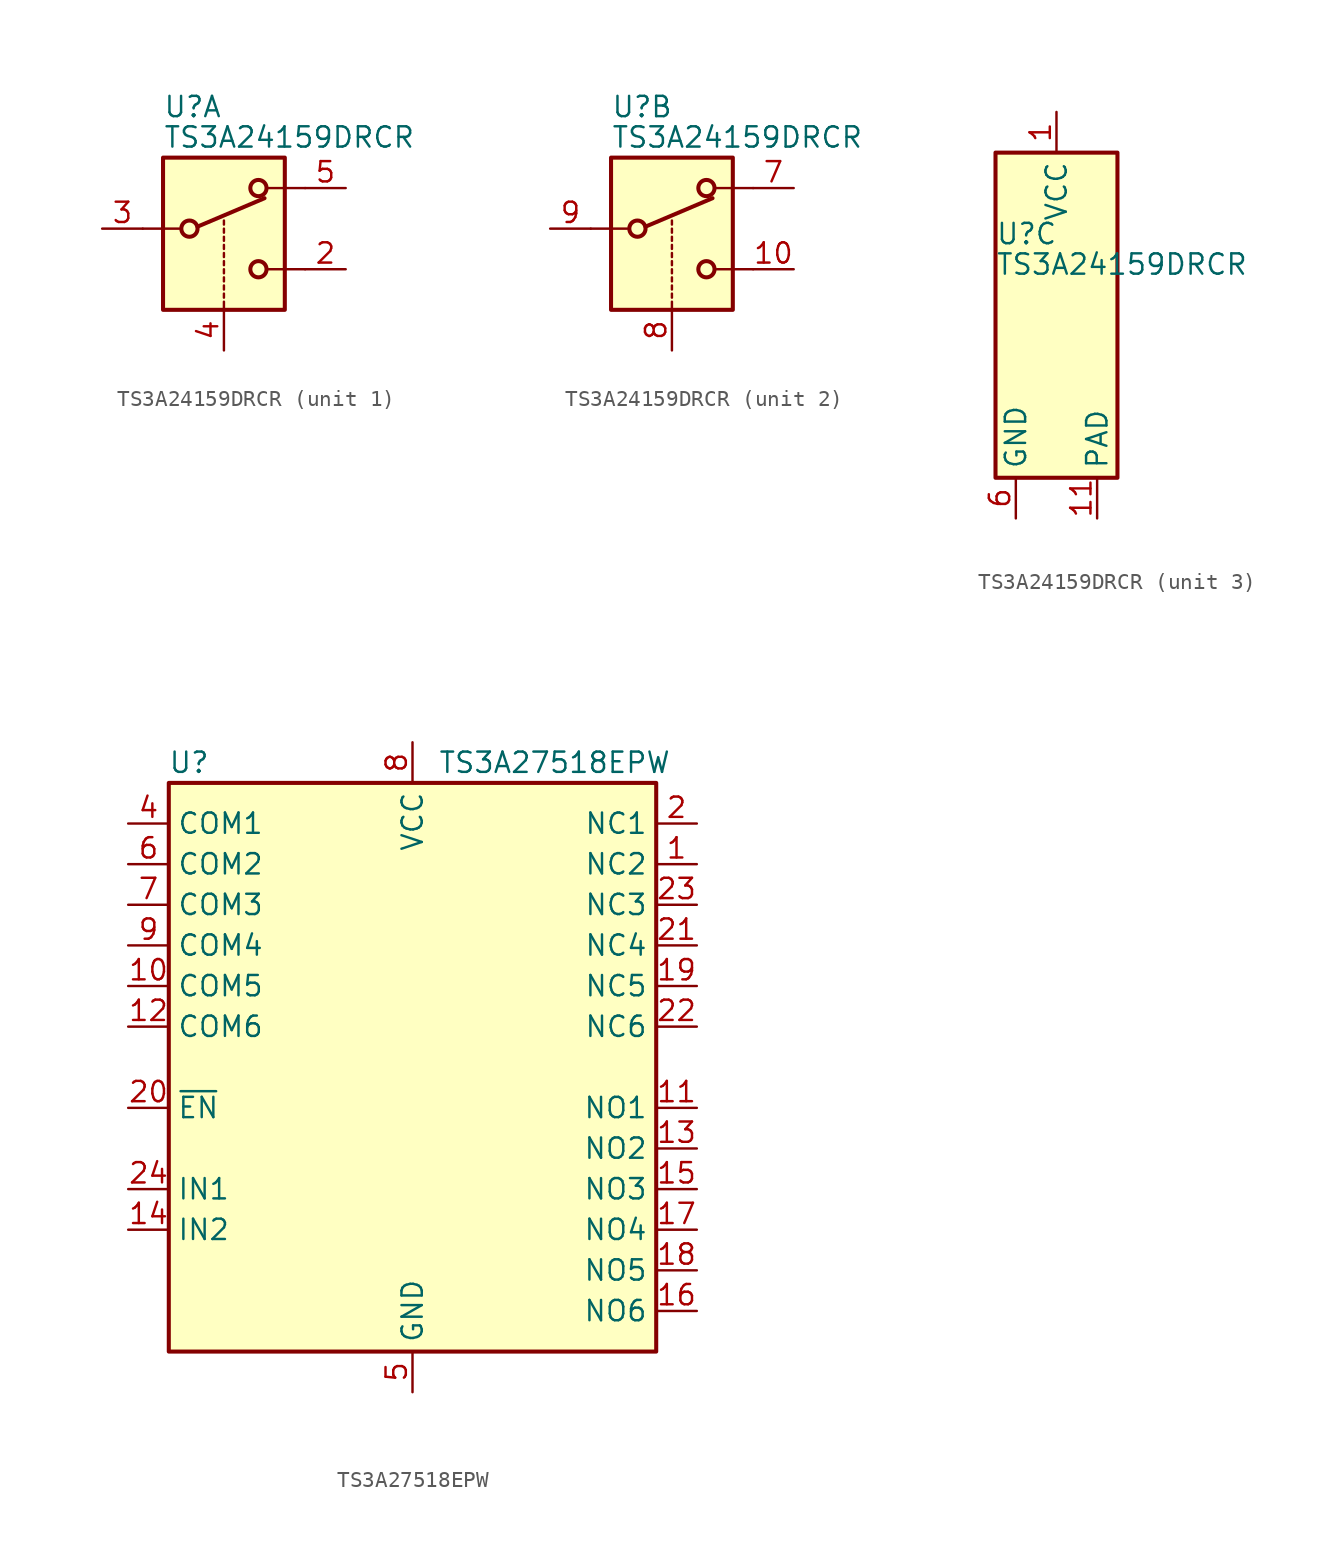
<source format=kicad_sym>
(kicad_symbol_lib
  (version 20211014)
  (generator kicad_symbol_editor)
  (symbol "TS3A24159DRCR"
    (property "Reference" "U"
      (at -3.81 5.08 0)
      (effects (font (size 1.27 1.27)) (justify left)))
    (property "Value" "TS3A24159DRCR"
      (at -3.81 3.175 0)
      (effects (font (size 1.27 1.27)) (justify left)))
    (property "ki_locked" ""
      (at 0 0 0)
      (effects (font (size 1.27 1.27))))
    (symbol "TS3A24159DRCR_1_1"
      (rectangle (start -3.81 1.905) (end 3.81 -7.62) (stroke (width 0.254) (type default) (color 0 0 0 0)) (fill (type background)))
      (circle (center -2.159 -2.54) (radius 0.508) (stroke (width 0.254) (type default) (color 0 0 0 0)) (fill (type none)))
      (polyline (pts (xy -5.08 -2.54) (xy -2.794 -2.54)) (stroke (width 0) (type default) (color 0 0 0 0)) (fill (type none)))
      (polyline (pts (xy -1.651 -2.413) (xy 2.54 -0.635)) (stroke (width 0.254) (type default) (color 0 0 0 0)) (fill (type none)))
      (polyline (pts (xy 0 -7.62) (xy 0 -7.112)) (stroke (width 0) (type default) (color 0 0 0 0)) (fill (type none)))
      (polyline (pts (xy 0 -6.858) (xy 0 -6.604)) (stroke (width 0) (type default) (color 0 0 0 0)) (fill (type none)))
      (polyline (pts (xy 0 -6.35) (xy 0 -6.096)) (stroke (width 0) (type default) (color 0 0 0 0)) (fill (type none)))
      (polyline (pts (xy 0 -5.842) (xy 0 -5.588)) (stroke (width 0) (type default) (color 0 0 0 0)) (fill (type none)))
      (polyline (pts (xy 0 -5.334) (xy 0 -5.08)) (stroke (width 0) (type default) (color 0 0 0 0)) (fill (type none)))
      (polyline (pts (xy 0 -4.826) (xy 0 -4.572)) (stroke (width 0) (type default) (color 0 0 0 0)) (fill (type none)))
      (polyline (pts (xy 0 -4.318) (xy 0 -4.064)) (stroke (width 0) (type default) (color 0 0 0 0)) (fill (type none)))
      (polyline (pts (xy 0 -3.81) (xy 0 -3.556)) (stroke (width 0) (type default) (color 0 0 0 0)) (fill (type none)))
      (polyline (pts (xy 0 -3.302) (xy 0 -3.048)) (stroke (width 0) (type default) (color 0 0 0 0)) (fill (type none)))
      (polyline (pts (xy 0 -2.794) (xy 0 -2.54)) (stroke (width 0) (type default) (color 0 0 0 0)) (fill (type none)))
      (polyline (pts (xy 0 -2.286) (xy 0 -2.032)) (stroke (width 0) (type default) (color 0 0 0 0)) (fill (type none)))
      (polyline (pts (xy 5.08 -5.08) (xy 2.794 -5.08)) (stroke (width 0) (type default) (color 0 0 0 0)) (fill (type none)))
      (polyline (pts (xy 5.08 0) (xy 2.794 0)) (stroke (width 0) (type default) (color 0 0 0 0)) (fill (type none)))
      (circle (center 2.159 -5.08) (radius 0.508) (stroke (width 0.254) (type default) (color 0 0 0 0)) (fill (type none)))
      (circle (center 2.159 0) (radius 0.508) (stroke (width 0.254) (type default) (color 0 0 0 0)) (fill (type none)))
      (pin passive line (at 7.62 -5.08 180) (length 2.54) (name "~" (effects (font (size 1.27 1.27)))) (number "2" (effects (font (size 1.27 1.27)))))
      (pin passive line (at -7.62 -2.54 0) (length 2.54) (name "~" (effects (font (size 1.27 1.27)))) (number "3" (effects (font (size 1.27 1.27)))))
      (pin input line (at 0 -10.16 90) (length 2.54) (name "~" (effects (font (size 1.27 1.27)))) (number "4" (effects (font (size 1.27 1.27)))))
      (pin passive line (at 7.62 0 180) (length 2.54) (name "~" (effects (font (size 1.27 1.27)))) (number "5" (effects (font (size 1.27 1.27))))))
    (symbol "TS3A24159DRCR_2_1"
      (rectangle (start -3.81 1.905) (end 3.81 -7.62) (stroke (width 0.254) (type default) (color 0 0 0 0)) (fill (type background)))
      (circle (center -2.159 -2.54) (radius 0.508) (stroke (width 0.254) (type default) (color 0 0 0 0)) (fill (type none)))
      (polyline (pts (xy -5.08 -2.54) (xy -2.794 -2.54)) (stroke (width 0) (type default) (color 0 0 0 0)) (fill (type none)))
      (polyline (pts (xy -1.651 -2.413) (xy 2.54 -0.635)) (stroke (width 0.254) (type default) (color 0 0 0 0)) (fill (type none)))
      (polyline (pts (xy 0 -7.62) (xy 0 -7.112)) (stroke (width 0) (type default) (color 0 0 0 0)) (fill (type none)))
      (polyline (pts (xy 0 -6.858) (xy 0 -6.604)) (stroke (width 0) (type default) (color 0 0 0 0)) (fill (type none)))
      (polyline (pts (xy 0 -6.35) (xy 0 -6.096)) (stroke (width 0) (type default) (color 0 0 0 0)) (fill (type none)))
      (polyline (pts (xy 0 -5.842) (xy 0 -5.588)) (stroke (width 0) (type default) (color 0 0 0 0)) (fill (type none)))
      (polyline (pts (xy 0 -5.334) (xy 0 -5.08)) (stroke (width 0) (type default) (color 0 0 0 0)) (fill (type none)))
      (polyline (pts (xy 0 -4.826) (xy 0 -4.572)) (stroke (width 0) (type default) (color 0 0 0 0)) (fill (type none)))
      (polyline (pts (xy 0 -4.318) (xy 0 -4.064)) (stroke (width 0) (type default) (color 0 0 0 0)) (fill (type none)))
      (polyline (pts (xy 0 -3.81) (xy 0 -3.556)) (stroke (width 0) (type default) (color 0 0 0 0)) (fill (type none)))
      (polyline (pts (xy 0 -3.302) (xy 0 -3.048)) (stroke (width 0) (type default) (color 0 0 0 0)) (fill (type none)))
      (polyline (pts (xy 0 -2.794) (xy 0 -2.54)) (stroke (width 0) (type default) (color 0 0 0 0)) (fill (type none)))
      (polyline (pts (xy 0 -2.286) (xy 0 -2.032)) (stroke (width 0) (type default) (color 0 0 0 0)) (fill (type none)))
      (polyline (pts (xy 5.08 -5.08) (xy 2.794 -5.08)) (stroke (width 0) (type default) (color 0 0 0 0)) (fill (type none)))
      (polyline (pts (xy 5.08 0) (xy 2.794 0)) (stroke (width 0) (type default) (color 0 0 0 0)) (fill (type none)))
      (circle (center 2.159 -5.08) (radius 0.508) (stroke (width 0.254) (type default) (color 0 0 0 0)) (fill (type none)))
      (circle (center 2.159 0) (radius 0.508) (stroke (width 0.254) (type default) (color 0 0 0 0)) (fill (type none)))
      (pin passive line (at 7.62 -5.08 180) (length 2.54) (name "~" (effects (font (size 1.27 1.27)))) (number "10" (effects (font (size 1.27 1.27)))))
      (pin passive line (at 7.62 0 180) (length 2.54) (name "~" (effects (font (size 1.27 1.27)))) (number "7" (effects (font (size 1.27 1.27)))))
      (pin input line (at 0 -10.16 90) (length 2.54) (name "~" (effects (font (size 1.27 1.27)))) (number "8" (effects (font (size 1.27 1.27)))))
      (pin passive line (at -7.62 -2.54 0) (length 2.54) (name "~" (effects (font (size 1.27 1.27)))) (number "9" (effects (font (size 1.27 1.27))))))
    (symbol "TS3A24159DRCR_3_1"
      (rectangle (start -3.81 10.16) (end 3.81 -10.16) (stroke (width 0.254) (type default) (color 0 0 0 0)) (fill (type background)))
      (pin power_in line (at 0 12.7 270) (length 2.54) (name "VCC" (effects (font (size 1.27 1.27)))) (number "1" (effects (font (size 1.27 1.27)))))
      (pin passive line (at 2.54 -12.7 90) (length 2.54) (name "PAD" (effects (font (size 1.27 1.27)))) (number "11" (effects (font (size 1.27 1.27)))))
      (pin power_in line (at -2.54 -12.7 90) (length 2.54) (name "GND" (effects (font (size 1.27 1.27)))) (number "6" (effects (font (size 1.27 1.27)))))))
  (symbol "TS3A27518EPW"
    (property "Reference" "U"
      (at -13.97 19.05 0)
      (effects (font (size 1.27 1.27))))
    (property "Value" "TS3A27518EPW"
      (at 8.89 19.05 0)
      (effects (font (size 1.27 1.27))))
    (symbol "TS3A27518EPW_0_1"
      (rectangle (start 15.24 -17.78) (end -15.24 17.78) (stroke (width 0.254) (type default) (color 0 0 0 0)) (fill (type background))))
    (symbol "TS3A27518EPW_1_1"
      (pin bidirectional line (at 17.78 12.7 180) (length 2.54) (name "NC2" (effects (font (size 1.27 1.27)))) (number "1" (effects (font (size 1.27 1.27)))))
      (pin bidirectional line (at -17.78 5.08 0) (length 2.54) (name "COM5" (effects (font (size 1.27 1.27)))) (number "10" (effects (font (size 1.27 1.27)))))
      (pin bidirectional line (at 17.78 -2.54 180) (length 2.54) (name "NO1" (effects (font (size 1.27 1.27)))) (number "11" (effects (font (size 1.27 1.27)))))
      (pin bidirectional line (at -17.78 2.54 0) (length 2.54) (name "COM6" (effects (font (size 1.27 1.27)))) (number "12" (effects (font (size 1.27 1.27)))))
      (pin bidirectional line (at 17.78 -5.08 180) (length 2.54) (name "NO2" (effects (font (size 1.27 1.27)))) (number "13" (effects (font (size 1.27 1.27)))))
      (pin input line (at -17.78 -10.16 0) (length 2.54) (name "IN2" (effects (font (size 1.27 1.27)))) (number "14" (effects (font (size 1.27 1.27)))))
      (pin bidirectional line (at 17.78 -7.62 180) (length 2.54) (name "NO3" (effects (font (size 1.27 1.27)))) (number "15" (effects (font (size 1.27 1.27)))))
      (pin bidirectional line (at 17.78 -15.24 180) (length 2.54) (name "NO6" (effects (font (size 1.27 1.27)))) (number "16" (effects (font (size 1.27 1.27)))))
      (pin bidirectional line (at 17.78 -10.16 180) (length 2.54) (name "NO4" (effects (font (size 1.27 1.27)))) (number "17" (effects (font (size 1.27 1.27)))))
      (pin bidirectional line (at 17.78 -12.7 180) (length 2.54) (name "NO5" (effects (font (size 1.27 1.27)))) (number "18" (effects (font (size 1.27 1.27)))))
      (pin bidirectional line (at 17.78 5.08 180) (length 2.54) (name "NC5" (effects (font (size 1.27 1.27)))) (number "19" (effects (font (size 1.27 1.27)))))
      (pin bidirectional line (at 17.78 15.24 180) (length 2.54) (name "NC1" (effects (font (size 1.27 1.27)))) (number "2" (effects (font (size 1.27 1.27)))))
      (pin input line (at -17.78 -2.54 0) (length 2.54) (name "~{EN}" (effects (font (size 1.27 1.27)))) (number "20" (effects (font (size 1.27 1.27)))))
      (pin bidirectional line (at 17.78 7.62 180) (length 2.54) (name "NC4" (effects (font (size 1.27 1.27)))) (number "21" (effects (font (size 1.27 1.27)))))
      (pin bidirectional line (at 17.78 2.54 180) (length 2.54) (name "NC6" (effects (font (size 1.27 1.27)))) (number "22" (effects (font (size 1.27 1.27)))))
      (pin bidirectional line (at 17.78 10.16 180) (length 2.54) (name "NC3" (effects (font (size 1.27 1.27)))) (number "23" (effects (font (size 1.27 1.27)))))
      (pin input line (at -17.78 -7.62 0) (length 2.54) (name "IN1" (effects (font (size 1.27 1.27)))) (number "24" (effects (font (size 1.27 1.27)))))
      (pin no_connect line (at -15.24 -15.24 0) (length 2.54) hide (name "N.C." (effects (font (size 1.27 1.27)))) (number "3" (effects (font (size 1.27 1.27)))))
      (pin bidirectional line (at -17.78 15.24 0) (length 2.54) (name "COM1" (effects (font (size 1.27 1.27)))) (number "4" (effects (font (size 1.27 1.27)))))
      (pin power_in line (at 0 -20.32 90) (length 2.54) (name "GND" (effects (font (size 1.27 1.27)))) (number "5" (effects (font (size 1.27 1.27)))))
      (pin bidirectional line (at -17.78 12.7 0) (length 2.54) (name "COM2" (effects (font (size 1.27 1.27)))) (number "6" (effects (font (size 1.27 1.27)))))
      (pin bidirectional line (at -17.78 10.16 0) (length 2.54) (name "COM3" (effects (font (size 1.27 1.27)))) (number "7" (effects (font (size 1.27 1.27)))))
      (pin power_in line (at 0 20.32 270) (length 2.54) (name "VCC" (effects (font (size 1.27 1.27)))) (number "8" (effects (font (size 1.27 1.27)))))
      (pin bidirectional line (at -17.78 7.62 0) (length 2.54) (name "COM4" (effects (font (size 1.27 1.27)))) (number "9" (effects (font (size 1.27 1.27))))))))
</source>
